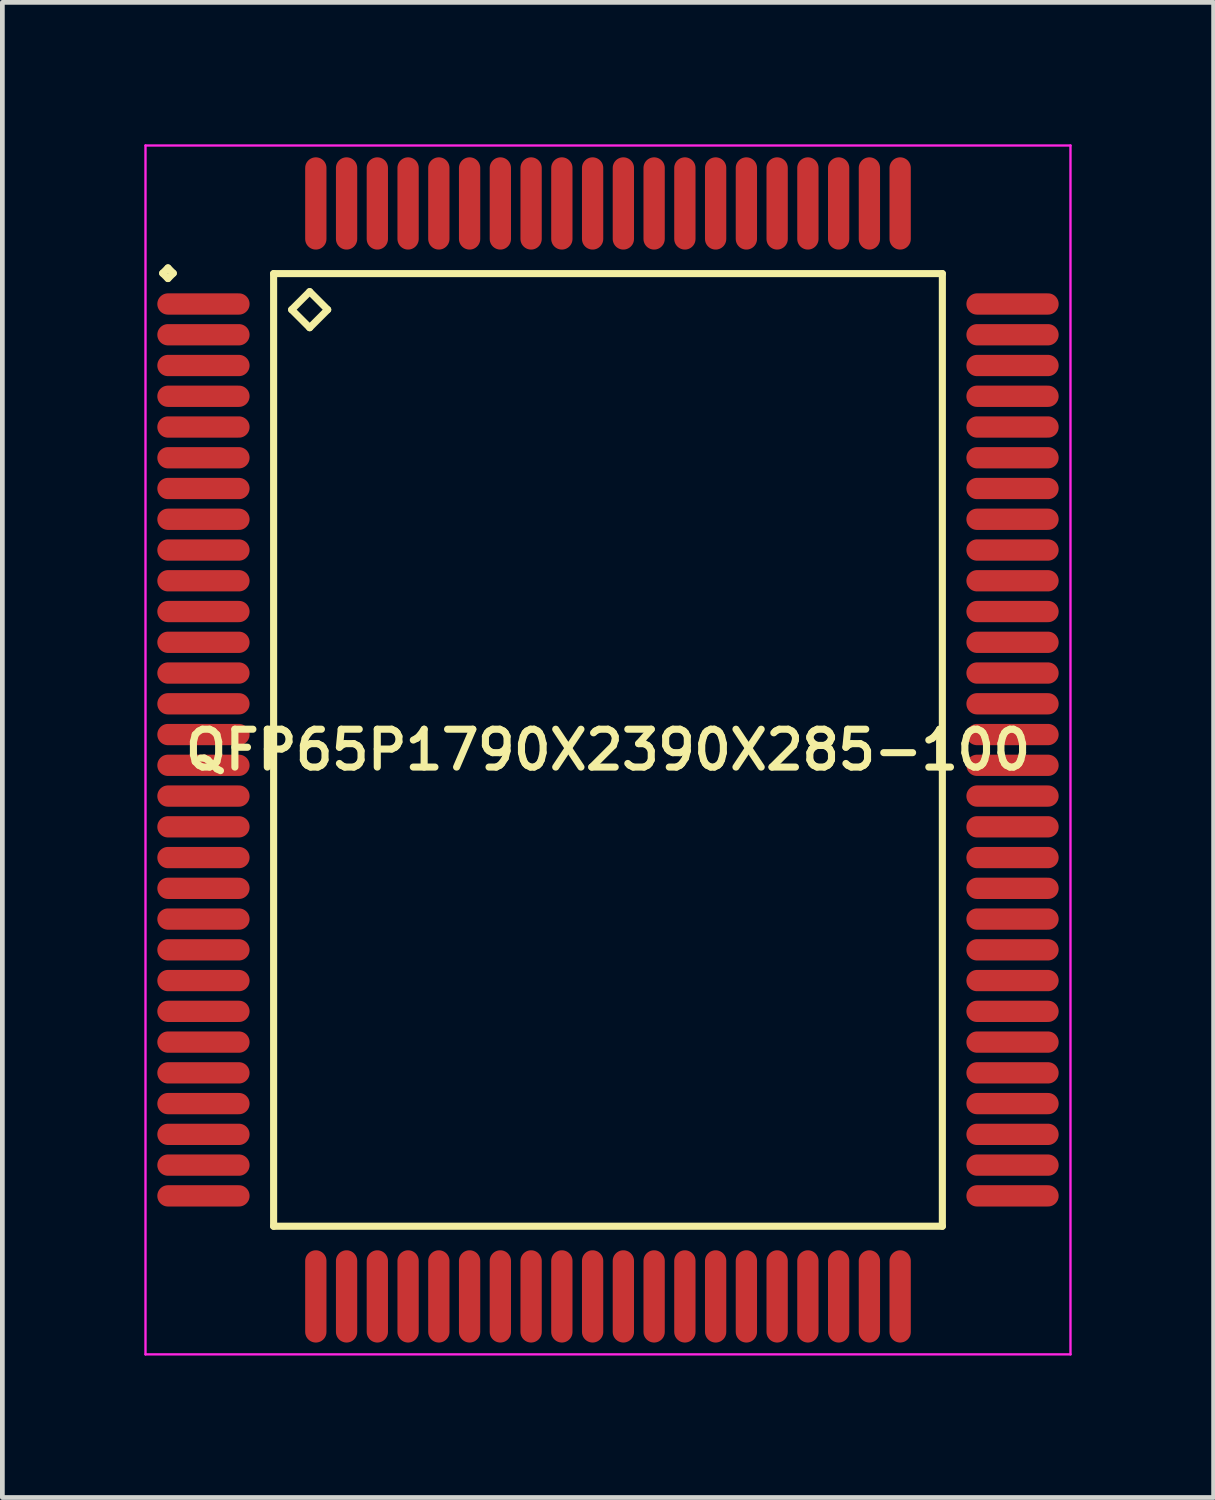
<source format=kicad_pcb>
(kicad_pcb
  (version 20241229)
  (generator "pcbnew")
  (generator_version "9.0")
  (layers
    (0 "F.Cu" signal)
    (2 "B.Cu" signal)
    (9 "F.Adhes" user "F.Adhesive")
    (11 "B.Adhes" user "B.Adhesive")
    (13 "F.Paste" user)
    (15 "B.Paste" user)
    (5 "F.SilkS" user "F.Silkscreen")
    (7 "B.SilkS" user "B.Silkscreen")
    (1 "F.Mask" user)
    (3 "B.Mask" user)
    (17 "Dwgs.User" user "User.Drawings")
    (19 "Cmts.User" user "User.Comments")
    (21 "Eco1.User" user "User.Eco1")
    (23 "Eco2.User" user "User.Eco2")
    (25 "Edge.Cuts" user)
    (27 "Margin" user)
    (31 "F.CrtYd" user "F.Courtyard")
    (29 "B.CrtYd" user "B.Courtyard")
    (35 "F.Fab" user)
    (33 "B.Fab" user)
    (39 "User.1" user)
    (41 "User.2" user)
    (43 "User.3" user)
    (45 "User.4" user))
  (footprint "QFP65P1790X2390X285-100"
    (layer "F.Cu")
    (at 9.8 12.8)
    (property "Reference" "QFP65P1790X2390X285-100" (at 0 0 0) (layer "F.SilkS") (effects (font (size 0.8 0.8) (thickness 0.15))))
    (attr smd)
    (fp_line (start -9.412 -10.075) (end -9.3 -10.188) (stroke (width 0.15) (type solid)) (layer "F.SilkS"))
    (fp_line (start -9.3 -10.188) (end -9.188 -10.075) (stroke (width 0.15) (type solid)) (layer "F.SilkS"))
    (fp_line (start -9.3 -9.963) (end -9.412 -10.075) (stroke (width 0.15) (type solid)) (layer "F.SilkS"))
    (fp_line (start -9.188 -10.075) (end -9.3 -9.963) (stroke (width 0.15) (type solid)) (layer "F.SilkS"))
    (fp_line (start -7.067 -10.067) (end -7.067 10.067) (stroke (width 0.15) (type solid)) (layer "F.SilkS"))
    (fp_line (start -7.067 10.067) (end 7.067 10.067) (stroke (width 0.15) (type solid)) (layer "F.SilkS"))
    (fp_line (start -6.686 -9.305) (end -6.305 -9.686) (stroke (width 0.15) (type solid)) (layer "F.SilkS"))
    (fp_line (start -6.305 -9.686) (end -5.924 -9.305) (stroke (width 0.15) (type solid)) (layer "F.SilkS"))
    (fp_line (start -6.305 -8.924) (end -6.686 -9.305) (stroke (width 0.15) (type solid)) (layer "F.SilkS"))
    (fp_line (start -5.924 -9.305) (end -6.305 -8.924) (stroke (width 0.15) (type solid)) (layer "F.SilkS"))
    (fp_line (start 7.067 -10.067) (end -7.067 -10.067) (stroke (width 0.15) (type solid)) (layer "F.SilkS"))
    (fp_line (start 7.067 10.067) (end 7.067 -10.067) (stroke (width 0.15) (type solid)) (layer "F.SilkS"))
    (fp_line (start -9.775 -12.775) (end 9.775 -12.775) (stroke (width 0.05) (type solid)) (layer "F.CrtYd"))
    (fp_line (start -9.775 12.775) (end -9.775 -12.775) (stroke (width 0.05) (type solid)) (layer "F.CrtYd"))
    (fp_line (start 9.775 -12.775) (end 9.775 12.775) (stroke (width 0.05) (type solid)) (layer "F.CrtYd"))
    (fp_line (start 9.775 12.775) (end -9.775 12.775) (stroke (width 0.05) (type solid)) (layer "F.CrtYd"))
    (pad "1" smd oval (at -8.55 -9.425) (size 1.95 0.45) (layers "F.Cu" "F.Mask" "F.Paste"))
    (pad "2" smd oval (at -8.55 -8.775) (size 1.95 0.45) (layers "F.Cu" "F.Mask" "F.Paste"))
    (pad "3" smd oval (at -8.55 -8.125) (size 1.95 0.45) (layers "F.Cu" "F.Mask" "F.Paste"))
    (pad "4" smd oval (at -8.55 -7.475) (size 1.95 0.45) (layers "F.Cu" "F.Mask" "F.Paste"))
    (pad "5" smd oval (at -8.55 -6.825) (size 1.95 0.45) (layers "F.Cu" "F.Mask" "F.Paste"))
    (pad "6" smd oval (at -8.55 -6.175) (size 1.95 0.45) (layers "F.Cu" "F.Mask" "F.Paste"))
    (pad "7" smd oval (at -8.55 -5.525) (size 1.95 0.45) (layers "F.Cu" "F.Mask" "F.Paste"))
    (pad "8" smd oval (at -8.55 -4.875) (size 1.95 0.45) (layers "F.Cu" "F.Mask" "F.Paste"))
    (pad "9" smd oval (at -8.55 -4.225) (size 1.95 0.45) (layers "F.Cu" "F.Mask" "F.Paste"))
    (pad "10" smd oval (at -8.55 -3.575) (size 1.95 0.45) (layers "F.Cu" "F.Mask" "F.Paste"))
    (pad "11" smd oval (at -8.55 -2.925) (size 1.95 0.45) (layers "F.Cu" "F.Mask" "F.Paste"))
    (pad "12" smd oval (at -8.55 -2.275) (size 1.95 0.45) (layers "F.Cu" "F.Mask" "F.Paste"))
    (pad "13" smd oval (at -8.55 -1.625) (size 1.95 0.45) (layers "F.Cu" "F.Mask" "F.Paste"))
    (pad "14" smd oval (at -8.55 -0.975) (size 1.95 0.45) (layers "F.Cu" "F.Mask" "F.Paste"))
    (pad "15" smd oval (at -8.55 -0.325) (size 1.95 0.45) (layers "F.Cu" "F.Mask" "F.Paste"))
    (pad "16" smd oval (at -8.55 0.325) (size 1.95 0.45) (layers "F.Cu" "F.Mask" "F.Paste"))
    (pad "17" smd oval (at -8.55 0.975) (size 1.95 0.45) (layers "F.Cu" "F.Mask" "F.Paste"))
    (pad "18" smd oval (at -8.55 1.625) (size 1.95 0.45) (layers "F.Cu" "F.Mask" "F.Paste"))
    (pad "19" smd oval (at -8.55 2.275) (size 1.95 0.45) (layers "F.Cu" "F.Mask" "F.Paste"))
    (pad "20" smd oval (at -8.55 2.925) (size 1.95 0.45) (layers "F.Cu" "F.Mask" "F.Paste"))
    (pad "21" smd oval (at -8.55 3.575) (size 1.95 0.45) (layers "F.Cu" "F.Mask" "F.Paste"))
    (pad "22" smd oval (at -8.55 4.225) (size 1.95 0.45) (layers "F.Cu" "F.Mask" "F.Paste"))
    (pad "23" smd oval (at -8.55 4.875) (size 1.95 0.45) (layers "F.Cu" "F.Mask" "F.Paste"))
    (pad "24" smd oval (at -8.55 5.525) (size 1.95 0.45) (layers "F.Cu" "F.Mask" "F.Paste"))
    (pad "25" smd oval (at -8.55 6.175) (size 1.95 0.45) (layers "F.Cu" "F.Mask" "F.Paste"))
    (pad "26" smd oval (at -8.55 6.825) (size 1.95 0.45) (layers "F.Cu" "F.Mask" "F.Paste"))
    (pad "27" smd oval (at -8.55 7.475) (size 1.95 0.45) (layers "F.Cu" "F.Mask" "F.Paste"))
    (pad "28" smd oval (at -8.55 8.125) (size 1.95 0.45) (layers "F.Cu" "F.Mask" "F.Paste"))
    (pad "29" smd oval (at -8.55 8.775) (size 1.95 0.45) (layers "F.Cu" "F.Mask" "F.Paste"))
    (pad "30" smd oval (at -8.55 9.425) (size 1.95 0.45) (layers "F.Cu" "F.Mask" "F.Paste"))
    (pad "31" smd oval (at -6.175 11.55) (size 0.45 1.95) (layers "F.Cu" "F.Mask" "F.Paste"))
    (pad "32" smd oval (at -5.525 11.55) (size 0.45 1.95) (layers "F.Cu" "F.Mask" "F.Paste"))
    (pad "33" smd oval (at -4.875 11.55) (size 0.45 1.95) (layers "F.Cu" "F.Mask" "F.Paste"))
    (pad "34" smd oval (at -4.225 11.55) (size 0.45 1.95) (layers "F.Cu" "F.Mask" "F.Paste"))
    (pad "35" smd oval (at -3.575 11.55) (size 0.45 1.95) (layers "F.Cu" "F.Mask" "F.Paste"))
    (pad "36" smd oval (at -2.925 11.55) (size 0.45 1.95) (layers "F.Cu" "F.Mask" "F.Paste"))
    (pad "37" smd oval (at -2.275 11.55) (size 0.45 1.95) (layers "F.Cu" "F.Mask" "F.Paste"))
    (pad "38" smd oval (at -1.625 11.55) (size 0.45 1.95) (layers "F.Cu" "F.Mask" "F.Paste"))
    (pad "39" smd oval (at -0.975 11.55) (size 0.45 1.95) (layers "F.Cu" "F.Mask" "F.Paste"))
    (pad "40" smd oval (at -0.325 11.55) (size 0.45 1.95) (layers "F.Cu" "F.Mask" "F.Paste"))
    (pad "41" smd oval (at 0.325 11.55) (size 0.45 1.95) (layers "F.Cu" "F.Mask" "F.Paste"))
    (pad "42" smd oval (at 0.975 11.55) (size 0.45 1.95) (layers "F.Cu" "F.Mask" "F.Paste"))
    (pad "43" smd oval (at 1.625 11.55) (size 0.45 1.95) (layers "F.Cu" "F.Mask" "F.Paste"))
    (pad "44" smd oval (at 2.275 11.55) (size 0.45 1.95) (layers "F.Cu" "F.Mask" "F.Paste"))
    (pad "45" smd oval (at 2.925 11.55) (size 0.45 1.95) (layers "F.Cu" "F.Mask" "F.Paste"))
    (pad "46" smd oval (at 3.575 11.55) (size 0.45 1.95) (layers "F.Cu" "F.Mask" "F.Paste"))
    (pad "47" smd oval (at 4.225 11.55) (size 0.45 1.95) (layers "F.Cu" "F.Mask" "F.Paste"))
    (pad "48" smd oval (at 4.875 11.55) (size 0.45 1.95) (layers "F.Cu" "F.Mask" "F.Paste"))
    (pad "49" smd oval (at 5.525 11.55) (size 0.45 1.95) (layers "F.Cu" "F.Mask" "F.Paste"))
    (pad "50" smd oval (at 6.175 11.55) (size 0.45 1.95) (layers "F.Cu" "F.Mask" "F.Paste"))
    (pad "51" smd oval (at 8.55 9.425) (size 1.95 0.45) (layers "F.Cu" "F.Mask" "F.Paste"))
    (pad "52" smd oval (at 8.55 8.775) (size 1.95 0.45) (layers "F.Cu" "F.Mask" "F.Paste"))
    (pad "53" smd oval (at 8.55 8.125) (size 1.95 0.45) (layers "F.Cu" "F.Mask" "F.Paste"))
    (pad "54" smd oval (at 8.55 7.475) (size 1.95 0.45) (layers "F.Cu" "F.Mask" "F.Paste"))
    (pad "55" smd oval (at 8.55 6.825) (size 1.95 0.45) (layers "F.Cu" "F.Mask" "F.Paste"))
    (pad "56" smd oval (at 8.55 6.175) (size 1.95 0.45) (layers "F.Cu" "F.Mask" "F.Paste"))
    (pad "57" smd oval (at 8.55 5.525) (size 1.95 0.45) (layers "F.Cu" "F.Mask" "F.Paste"))
    (pad "58" smd oval (at 8.55 4.875) (size 1.95 0.45) (layers "F.Cu" "F.Mask" "F.Paste"))
    (pad "59" smd oval (at 8.55 4.225) (size 1.95 0.45) (layers "F.Cu" "F.Mask" "F.Paste"))
    (pad "60" smd oval (at 8.55 3.575) (size 1.95 0.45) (layers "F.Cu" "F.Mask" "F.Paste"))
    (pad "61" smd oval (at 8.55 2.925) (size 1.95 0.45) (layers "F.Cu" "F.Mask" "F.Paste"))
    (pad "62" smd oval (at 8.55 2.275) (size 1.95 0.45) (layers "F.Cu" "F.Mask" "F.Paste"))
    (pad "63" smd oval (at 8.55 1.625) (size 1.95 0.45) (layers "F.Cu" "F.Mask" "F.Paste"))
    (pad "64" smd oval (at 8.55 0.975) (size 1.95 0.45) (layers "F.Cu" "F.Mask" "F.Paste"))
    (pad "65" smd oval (at 8.55 0.325) (size 1.95 0.45) (layers "F.Cu" "F.Mask" "F.Paste"))
    (pad "66" smd oval (at 8.55 -0.325) (size 1.95 0.45) (layers "F.Cu" "F.Mask" "F.Paste"))
    (pad "67" smd oval (at 8.55 -0.975) (size 1.95 0.45) (layers "F.Cu" "F.Mask" "F.Paste"))
    (pad "68" smd oval (at 8.55 -1.625) (size 1.95 0.45) (layers "F.Cu" "F.Mask" "F.Paste"))
    (pad "69" smd oval (at 8.55 -2.275) (size 1.95 0.45) (layers "F.Cu" "F.Mask" "F.Paste"))
    (pad "70" smd oval (at 8.55 -2.925) (size 1.95 0.45) (layers "F.Cu" "F.Mask" "F.Paste"))
    (pad "71" smd oval (at 8.55 -3.575) (size 1.95 0.45) (layers "F.Cu" "F.Mask" "F.Paste"))
    (pad "72" smd oval (at 8.55 -4.225) (size 1.95 0.45) (layers "F.Cu" "F.Mask" "F.Paste"))
    (pad "73" smd oval (at 8.55 -4.875) (size 1.95 0.45) (layers "F.Cu" "F.Mask" "F.Paste"))
    (pad "74" smd oval (at 8.55 -5.525) (size 1.95 0.45) (layers "F.Cu" "F.Mask" "F.Paste"))
    (pad "75" smd oval (at 8.55 -6.175) (size 1.95 0.45) (layers "F.Cu" "F.Mask" "F.Paste"))
    (pad "76" smd oval (at 8.55 -6.825) (size 1.95 0.45) (layers "F.Cu" "F.Mask" "F.Paste"))
    (pad "77" smd oval (at 8.55 -7.475) (size 1.95 0.45) (layers "F.Cu" "F.Mask" "F.Paste"))
    (pad "78" smd oval (at 8.55 -8.125) (size 1.95 0.45) (layers "F.Cu" "F.Mask" "F.Paste"))
    (pad "79" smd oval (at 8.55 -8.775) (size 1.95 0.45) (layers "F.Cu" "F.Mask" "F.Paste"))
    (pad "80" smd oval (at 8.55 -9.425) (size 1.95 0.45) (layers "F.Cu" "F.Mask" "F.Paste"))
    (pad "81" smd oval (at 6.175 -11.55) (size 0.45 1.95) (layers "F.Cu" "F.Mask" "F.Paste"))
    (pad "82" smd oval (at 5.525 -11.55) (size 0.45 1.95) (layers "F.Cu" "F.Mask" "F.Paste"))
    (pad "83" smd oval (at 4.875 -11.55) (size 0.45 1.95) (layers "F.Cu" "F.Mask" "F.Paste"))
    (pad "84" smd oval (at 4.225 -11.55) (size 0.45 1.95) (layers "F.Cu" "F.Mask" "F.Paste"))
    (pad "85" smd oval (at 3.575 -11.55) (size 0.45 1.95) (layers "F.Cu" "F.Mask" "F.Paste"))
    (pad "86" smd oval (at 2.925 -11.55) (size 0.45 1.95) (layers "F.Cu" "F.Mask" "F.Paste"))
    (pad "87" smd oval (at 2.275 -11.55) (size 0.45 1.95) (layers "F.Cu" "F.Mask" "F.Paste"))
    (pad "88" smd oval (at 1.625 -11.55) (size 0.45 1.95) (layers "F.Cu" "F.Mask" "F.Paste"))
    (pad "89" smd oval (at 0.975 -11.55) (size 0.45 1.95) (layers "F.Cu" "F.Mask" "F.Paste"))
    (pad "90" smd oval (at 0.325 -11.55) (size 0.45 1.95) (layers "F.Cu" "F.Mask" "F.Paste"))
    (pad "91" smd oval (at -0.325 -11.55) (size 0.45 1.95) (layers "F.Cu" "F.Mask" "F.Paste"))
    (pad "92" smd oval (at -0.975 -11.55) (size 0.45 1.95) (layers "F.Cu" "F.Mask" "F.Paste"))
    (pad "93" smd oval (at -1.625 -11.55) (size 0.45 1.95) (layers "F.Cu" "F.Mask" "F.Paste"))
    (pad "94" smd oval (at -2.275 -11.55) (size 0.45 1.95) (layers "F.Cu" "F.Mask" "F.Paste"))
    (pad "95" smd oval (at -2.925 -11.55) (size 0.45 1.95) (layers "F.Cu" "F.Mask" "F.Paste"))
    (pad "96" smd oval (at -3.575 -11.55) (size 0.45 1.95) (layers "F.Cu" "F.Mask" "F.Paste"))
    (pad "97" smd oval (at -4.225 -11.55) (size 0.45 1.95) (layers "F.Cu" "F.Mask" "F.Paste"))
    (pad "98" smd oval (at -4.875 -11.55) (size 0.45 1.95) (layers "F.Cu" "F.Mask" "F.Paste"))
    (pad "99" smd oval (at -5.525 -11.55) (size 0.45 1.95) (layers "F.Cu" "F.Mask" "F.Paste"))
    (pad "100" smd oval (at -6.175 -11.55) (size 0.45 1.95) (layers "F.Cu" "F.Mask" "F.Paste")))
  (gr_rect
    (start -3 -3)
    (end 22.6 28.6)
    (stroke (width 0.1) (type default))
    (fill no)
    (layer "Edge.Cuts")))
</source>
